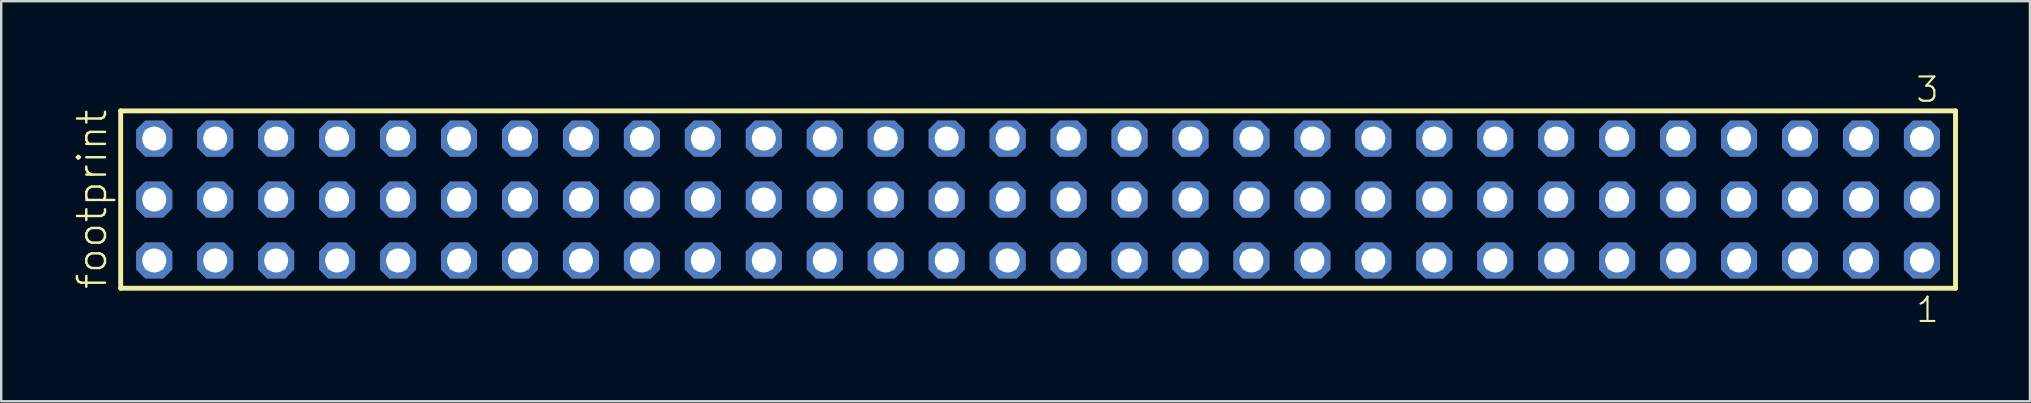
<source format=kicad_pcb>
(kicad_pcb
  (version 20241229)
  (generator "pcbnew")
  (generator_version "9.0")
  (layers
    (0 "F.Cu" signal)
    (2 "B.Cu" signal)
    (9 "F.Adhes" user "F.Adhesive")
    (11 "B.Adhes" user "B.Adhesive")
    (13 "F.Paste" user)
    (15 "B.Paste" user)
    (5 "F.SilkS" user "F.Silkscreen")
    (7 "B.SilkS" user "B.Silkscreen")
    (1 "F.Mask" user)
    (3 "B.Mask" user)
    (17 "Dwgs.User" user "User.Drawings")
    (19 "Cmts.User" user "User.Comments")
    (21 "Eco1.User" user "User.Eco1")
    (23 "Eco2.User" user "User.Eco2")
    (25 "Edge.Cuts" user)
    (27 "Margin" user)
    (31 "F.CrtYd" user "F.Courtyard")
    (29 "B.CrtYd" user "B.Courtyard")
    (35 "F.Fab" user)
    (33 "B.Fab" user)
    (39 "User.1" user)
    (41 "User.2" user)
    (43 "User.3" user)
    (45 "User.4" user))
  (footprint "footprint"
    (layer "F.Cu")
    (at 40.208 5.265)
    (property "Reference" "footprint" (at -38.735 3.81 90) (layer "F.SilkS") (effects (font (size 1.168 1.168) (thickness 0.102)) (justify left bottom)))
    (fp_line (start -38.229 -3.695) (end 38.229 -3.695) (stroke (width 0.203) (type solid)) (layer "F.SilkS"))
    (fp_line (start -38.229 3.695) (end -38.229 -3.695) (stroke (width 0.203) (type solid)) (layer "F.SilkS"))
    (fp_line (start 38.229 -3.695) (end 38.229 3.695) (stroke (width 0.203) (type solid)) (layer "F.SilkS"))
    (fp_line (start 38.229 3.695) (end -38.229 3.695) (stroke (width 0.203) (type solid)) (layer "F.SilkS"))
    (fp_poly (pts (xy -37.18 -2.19) (xy -36.48 -2.19) (xy -36.48 -2.89) (xy -37.18 -2.89)) (stroke (width 0.1) (type solid)) (fill no) (layer "F.Fab"))
    (fp_poly (pts (xy -37.18 0.35) (xy -36.48 0.35) (xy -36.48 -0.35) (xy -37.18 -0.35)) (stroke (width 0.1) (type solid)) (fill no) (layer "F.Fab"))
    (fp_poly (pts (xy -37.18 2.89) (xy -36.48 2.89) (xy -36.48 2.19) (xy -37.18 2.19)) (stroke (width 0.1) (type solid)) (fill no) (layer "F.Fab"))
    (fp_poly (pts (xy -34.64 -2.19) (xy -33.94 -2.19) (xy -33.94 -2.89) (xy -34.64 -2.89)) (stroke (width 0.1) (type solid)) (fill no) (layer "F.Fab"))
    (fp_poly (pts (xy -34.64 0.35) (xy -33.94 0.35) (xy -33.94 -0.35) (xy -34.64 -0.35)) (stroke (width 0.1) (type solid)) (fill no) (layer "F.Fab"))
    (fp_poly (pts (xy -34.64 2.89) (xy -33.94 2.89) (xy -33.94 2.19) (xy -34.64 2.19)) (stroke (width 0.1) (type solid)) (fill no) (layer "F.Fab"))
    (fp_poly (pts (xy -32.1 -2.19) (xy -31.4 -2.19) (xy -31.4 -2.89) (xy -32.1 -2.89)) (stroke (width 0.1) (type solid)) (fill no) (layer "F.Fab"))
    (fp_poly (pts (xy -32.1 0.35) (xy -31.4 0.35) (xy -31.4 -0.35) (xy -32.1 -0.35)) (stroke (width 0.1) (type solid)) (fill no) (layer "F.Fab"))
    (fp_poly (pts (xy -32.1 2.89) (xy -31.4 2.89) (xy -31.4 2.19) (xy -32.1 2.19)) (stroke (width 0.1) (type solid)) (fill no) (layer "F.Fab"))
    (fp_poly (pts (xy -29.56 -2.19) (xy -28.86 -2.19) (xy -28.86 -2.89) (xy -29.56 -2.89)) (stroke (width 0.1) (type solid)) (fill no) (layer "F.Fab"))
    (fp_poly (pts (xy -29.56 0.35) (xy -28.86 0.35) (xy -28.86 -0.35) (xy -29.56 -0.35)) (stroke (width 0.1) (type solid)) (fill no) (layer "F.Fab"))
    (fp_poly (pts (xy -29.56 2.89) (xy -28.86 2.89) (xy -28.86 2.19) (xy -29.56 2.19)) (stroke (width 0.1) (type solid)) (fill no) (layer "F.Fab"))
    (fp_poly (pts (xy -27.02 -2.19) (xy -26.32 -2.19) (xy -26.32 -2.89) (xy -27.02 -2.89)) (stroke (width 0.1) (type solid)) (fill no) (layer "F.Fab"))
    (fp_poly (pts (xy -27.02 0.35) (xy -26.32 0.35) (xy -26.32 -0.35) (xy -27.02 -0.35)) (stroke (width 0.1) (type solid)) (fill no) (layer "F.Fab"))
    (fp_poly (pts (xy -27.02 2.89) (xy -26.32 2.89) (xy -26.32 2.19) (xy -27.02 2.19)) (stroke (width 0.1) (type solid)) (fill no) (layer "F.Fab"))
    (fp_poly (pts (xy -24.48 -2.19) (xy -23.78 -2.19) (xy -23.78 -2.89) (xy -24.48 -2.89)) (stroke (width 0.1) (type solid)) (fill no) (layer "F.Fab"))
    (fp_poly (pts (xy -24.48 0.35) (xy -23.78 0.35) (xy -23.78 -0.35) (xy -24.48 -0.35)) (stroke (width 0.1) (type solid)) (fill no) (layer "F.Fab"))
    (fp_poly (pts (xy -24.48 2.89) (xy -23.78 2.89) (xy -23.78 2.19) (xy -24.48 2.19)) (stroke (width 0.1) (type solid)) (fill no) (layer "F.Fab"))
    (fp_poly (pts (xy -21.94 -2.19) (xy -21.24 -2.19) (xy -21.24 -2.89) (xy -21.94 -2.89)) (stroke (width 0.1) (type solid)) (fill no) (layer "F.Fab"))
    (fp_poly (pts (xy -21.94 0.35) (xy -21.24 0.35) (xy -21.24 -0.35) (xy -21.94 -0.35)) (stroke (width 0.1) (type solid)) (fill no) (layer "F.Fab"))
    (fp_poly (pts (xy -21.94 2.89) (xy -21.24 2.89) (xy -21.24 2.19) (xy -21.94 2.19)) (stroke (width 0.1) (type solid)) (fill no) (layer "F.Fab"))
    (fp_poly (pts (xy -19.4 -2.19) (xy -18.7 -2.19) (xy -18.7 -2.89) (xy -19.4 -2.89)) (stroke (width 0.1) (type solid)) (fill no) (layer "F.Fab"))
    (fp_poly (pts (xy -19.4 0.35) (xy -18.7 0.35) (xy -18.7 -0.35) (xy -19.4 -0.35)) (stroke (width 0.1) (type solid)) (fill no) (layer "F.Fab"))
    (fp_poly (pts (xy -19.4 2.89) (xy -18.7 2.89) (xy -18.7 2.19) (xy -19.4 2.19)) (stroke (width 0.1) (type solid)) (fill no) (layer "F.Fab"))
    (fp_poly (pts (xy -16.86 -2.19) (xy -16.16 -2.19) (xy -16.16 -2.89) (xy -16.86 -2.89)) (stroke (width 0.1) (type solid)) (fill no) (layer "F.Fab"))
    (fp_poly (pts (xy -16.86 0.35) (xy -16.16 0.35) (xy -16.16 -0.35) (xy -16.86 -0.35)) (stroke (width 0.1) (type solid)) (fill no) (layer "F.Fab"))
    (fp_poly (pts (xy -16.86 2.89) (xy -16.16 2.89) (xy -16.16 2.19) (xy -16.86 2.19)) (stroke (width 0.1) (type solid)) (fill no) (layer "F.Fab"))
    (fp_poly (pts (xy -14.32 -2.19) (xy -13.62 -2.19) (xy -13.62 -2.89) (xy -14.32 -2.89)) (stroke (width 0.1) (type solid)) (fill no) (layer "F.Fab"))
    (fp_poly (pts (xy -14.32 0.35) (xy -13.62 0.35) (xy -13.62 -0.35) (xy -14.32 -0.35)) (stroke (width 0.1) (type solid)) (fill no) (layer "F.Fab"))
    (fp_poly (pts (xy -14.32 2.89) (xy -13.62 2.89) (xy -13.62 2.19) (xy -14.32 2.19)) (stroke (width 0.1) (type solid)) (fill no) (layer "F.Fab"))
    (fp_poly (pts (xy -11.78 -2.19) (xy -11.08 -2.19) (xy -11.08 -2.89) (xy -11.78 -2.89)) (stroke (width 0.1) (type solid)) (fill no) (layer "F.Fab"))
    (fp_poly (pts (xy -11.78 0.35) (xy -11.08 0.35) (xy -11.08 -0.35) (xy -11.78 -0.35)) (stroke (width 0.1) (type solid)) (fill no) (layer "F.Fab"))
    (fp_poly (pts (xy -11.78 2.89) (xy -11.08 2.89) (xy -11.08 2.19) (xy -11.78 2.19)) (stroke (width 0.1) (type solid)) (fill no) (layer "F.Fab"))
    (fp_poly (pts (xy -9.24 -2.19) (xy -8.54 -2.19) (xy -8.54 -2.89) (xy -9.24 -2.89)) (stroke (width 0.1) (type solid)) (fill no) (layer "F.Fab"))
    (fp_poly (pts (xy -9.24 0.35) (xy -8.54 0.35) (xy -8.54 -0.35) (xy -9.24 -0.35)) (stroke (width 0.1) (type solid)) (fill no) (layer "F.Fab"))
    (fp_poly (pts (xy -9.24 2.89) (xy -8.54 2.89) (xy -8.54 2.19) (xy -9.24 2.19)) (stroke (width 0.1) (type solid)) (fill no) (layer "F.Fab"))
    (fp_poly (pts (xy -6.7 -2.19) (xy -6 -2.19) (xy -6 -2.89) (xy -6.7 -2.89)) (stroke (width 0.1) (type solid)) (fill no) (layer "F.Fab"))
    (fp_poly (pts (xy -6.7 0.35) (xy -6 0.35) (xy -6 -0.35) (xy -6.7 -0.35)) (stroke (width 0.1) (type solid)) (fill no) (layer "F.Fab"))
    (fp_poly (pts (xy -6.7 2.89) (xy -6 2.89) (xy -6 2.19) (xy -6.7 2.19)) (stroke (width 0.1) (type solid)) (fill no) (layer "F.Fab"))
    (fp_poly (pts (xy -4.16 -2.19) (xy -3.46 -2.19) (xy -3.46 -2.89) (xy -4.16 -2.89)) (stroke (width 0.1) (type solid)) (fill no) (layer "F.Fab"))
    (fp_poly (pts (xy -4.16 0.35) (xy -3.46 0.35) (xy -3.46 -0.35) (xy -4.16 -0.35)) (stroke (width 0.1) (type solid)) (fill no) (layer "F.Fab"))
    (fp_poly (pts (xy -4.16 2.89) (xy -3.46 2.89) (xy -3.46 2.19) (xy -4.16 2.19)) (stroke (width 0.1) (type solid)) (fill no) (layer "F.Fab"))
    (fp_poly (pts (xy -1.62 -2.19) (xy -0.92 -2.19) (xy -0.92 -2.89) (xy -1.62 -2.89)) (stroke (width 0.1) (type solid)) (fill no) (layer "F.Fab"))
    (fp_poly (pts (xy -1.62 0.35) (xy -0.92 0.35) (xy -0.92 -0.35) (xy -1.62 -0.35)) (stroke (width 0.1) (type solid)) (fill no) (layer "F.Fab"))
    (fp_poly (pts (xy -1.62 2.89) (xy -0.92 2.89) (xy -0.92 2.19) (xy -1.62 2.19)) (stroke (width 0.1) (type solid)) (fill no) (layer "F.Fab"))
    (fp_poly (pts (xy 0.92 -2.19) (xy 1.62 -2.19) (xy 1.62 -2.89) (xy 0.92 -2.89)) (stroke (width 0.1) (type solid)) (fill no) (layer "F.Fab"))
    (fp_poly (pts (xy 0.92 0.35) (xy 1.62 0.35) (xy 1.62 -0.35) (xy 0.92 -0.35)) (stroke (width 0.1) (type solid)) (fill no) (layer "F.Fab"))
    (fp_poly (pts (xy 0.92 2.89) (xy 1.62 2.89) (xy 1.62 2.19) (xy 0.92 2.19)) (stroke (width 0.1) (type solid)) (fill no) (layer "F.Fab"))
    (fp_poly (pts (xy 3.46 -2.19) (xy 4.16 -2.19) (xy 4.16 -2.89) (xy 3.46 -2.89)) (stroke (width 0.1) (type solid)) (fill no) (layer "F.Fab"))
    (fp_poly (pts (xy 3.46 0.35) (xy 4.16 0.35) (xy 4.16 -0.35) (xy 3.46 -0.35)) (stroke (width 0.1) (type solid)) (fill no) (layer "F.Fab"))
    (fp_poly (pts (xy 3.46 2.89) (xy 4.16 2.89) (xy 4.16 2.19) (xy 3.46 2.19)) (stroke (width 0.1) (type solid)) (fill no) (layer "F.Fab"))
    (fp_poly (pts (xy 6 -2.19) (xy 6.7 -2.19) (xy 6.7 -2.89) (xy 6 -2.89)) (stroke (width 0.1) (type solid)) (fill no) (layer "F.Fab"))
    (fp_poly (pts (xy 6 0.35) (xy 6.7 0.35) (xy 6.7 -0.35) (xy 6 -0.35)) (stroke (width 0.1) (type solid)) (fill no) (layer "F.Fab"))
    (fp_poly (pts (xy 6 2.89) (xy 6.7 2.89) (xy 6.7 2.19) (xy 6 2.19)) (stroke (width 0.1) (type solid)) (fill no) (layer "F.Fab"))
    (fp_poly (pts (xy 8.54 -2.19) (xy 9.24 -2.19) (xy 9.24 -2.89) (xy 8.54 -2.89)) (stroke (width 0.1) (type solid)) (fill no) (layer "F.Fab"))
    (fp_poly (pts (xy 8.54 0.35) (xy 9.24 0.35) (xy 9.24 -0.35) (xy 8.54 -0.35)) (stroke (width 0.1) (type solid)) (fill no) (layer "F.Fab"))
    (fp_poly (pts (xy 8.54 2.89) (xy 9.24 2.89) (xy 9.24 2.19) (xy 8.54 2.19)) (stroke (width 0.1) (type solid)) (fill no) (layer "F.Fab"))
    (fp_poly (pts (xy 11.08 -2.19) (xy 11.78 -2.19) (xy 11.78 -2.89) (xy 11.08 -2.89)) (stroke (width 0.1) (type solid)) (fill no) (layer "F.Fab"))
    (fp_poly (pts (xy 11.08 0.35) (xy 11.78 0.35) (xy 11.78 -0.35) (xy 11.08 -0.35)) (stroke (width 0.1) (type solid)) (fill no) (layer "F.Fab"))
    (fp_poly (pts (xy 11.08 2.89) (xy 11.78 2.89) (xy 11.78 2.19) (xy 11.08 2.19)) (stroke (width 0.1) (type solid)) (fill no) (layer "F.Fab"))
    (fp_poly (pts (xy 13.62 -2.19) (xy 14.32 -2.19) (xy 14.32 -2.89) (xy 13.62 -2.89)) (stroke (width 0.1) (type solid)) (fill no) (layer "F.Fab"))
    (fp_poly (pts (xy 13.62 0.35) (xy 14.32 0.35) (xy 14.32 -0.35) (xy 13.62 -0.35)) (stroke (width 0.1) (type solid)) (fill no) (layer "F.Fab"))
    (fp_poly (pts (xy 13.62 2.89) (xy 14.32 2.89) (xy 14.32 2.19) (xy 13.62 2.19)) (stroke (width 0.1) (type solid)) (fill no) (layer "F.Fab"))
    (fp_poly (pts (xy 16.16 -2.19) (xy 16.86 -2.19) (xy 16.86 -2.89) (xy 16.16 -2.89)) (stroke (width 0.1) (type solid)) (fill no) (layer "F.Fab"))
    (fp_poly (pts (xy 16.16 0.35) (xy 16.86 0.35) (xy 16.86 -0.35) (xy 16.16 -0.35)) (stroke (width 0.1) (type solid)) (fill no) (layer "F.Fab"))
    (fp_poly (pts (xy 16.16 2.89) (xy 16.86 2.89) (xy 16.86 2.19) (xy 16.16 2.19)) (stroke (width 0.1) (type solid)) (fill no) (layer "F.Fab"))
    (fp_poly (pts (xy 18.7 -2.19) (xy 19.4 -2.19) (xy 19.4 -2.89) (xy 18.7 -2.89)) (stroke (width 0.1) (type solid)) (fill no) (layer "F.Fab"))
    (fp_poly (pts (xy 18.7 0.35) (xy 19.4 0.35) (xy 19.4 -0.35) (xy 18.7 -0.35)) (stroke (width 0.1) (type solid)) (fill no) (layer "F.Fab"))
    (fp_poly (pts (xy 18.7 2.89) (xy 19.4 2.89) (xy 19.4 2.19) (xy 18.7 2.19)) (stroke (width 0.1) (type solid)) (fill no) (layer "F.Fab"))
    (fp_poly (pts (xy 21.24 -2.19) (xy 21.94 -2.19) (xy 21.94 -2.89) (xy 21.24 -2.89)) (stroke (width 0.1) (type solid)) (fill no) (layer "F.Fab"))
    (fp_poly (pts (xy 21.24 0.35) (xy 21.94 0.35) (xy 21.94 -0.35) (xy 21.24 -0.35)) (stroke (width 0.1) (type solid)) (fill no) (layer "F.Fab"))
    (fp_poly (pts (xy 21.24 2.89) (xy 21.94 2.89) (xy 21.94 2.19) (xy 21.24 2.19)) (stroke (width 0.1) (type solid)) (fill no) (layer "F.Fab"))
    (fp_poly (pts (xy 23.78 -2.19) (xy 24.48 -2.19) (xy 24.48 -2.89) (xy 23.78 -2.89)) (stroke (width 0.1) (type solid)) (fill no) (layer "F.Fab"))
    (fp_poly (pts (xy 23.78 0.35) (xy 24.48 0.35) (xy 24.48 -0.35) (xy 23.78 -0.35)) (stroke (width 0.1) (type solid)) (fill no) (layer "F.Fab"))
    (fp_poly (pts (xy 23.78 2.89) (xy 24.48 2.89) (xy 24.48 2.19) (xy 23.78 2.19)) (stroke (width 0.1) (type solid)) (fill no) (layer "F.Fab"))
    (fp_poly (pts (xy 26.32 -2.19) (xy 27.02 -2.19) (xy 27.02 -2.89) (xy 26.32 -2.89)) (stroke (width 0.1) (type solid)) (fill no) (layer "F.Fab"))
    (fp_poly (pts (xy 26.32 0.35) (xy 27.02 0.35) (xy 27.02 -0.35) (xy 26.32 -0.35)) (stroke (width 0.1) (type solid)) (fill no) (layer "F.Fab"))
    (fp_poly (pts (xy 26.32 2.89) (xy 27.02 2.89) (xy 27.02 2.19) (xy 26.32 2.19)) (stroke (width 0.1) (type solid)) (fill no) (layer "F.Fab"))
    (fp_poly (pts (xy 28.86 -2.19) (xy 29.56 -2.19) (xy 29.56 -2.89) (xy 28.86 -2.89)) (stroke (width 0.1) (type solid)) (fill no) (layer "F.Fab"))
    (fp_poly (pts (xy 28.86 0.35) (xy 29.56 0.35) (xy 29.56 -0.35) (xy 28.86 -0.35)) (stroke (width 0.1) (type solid)) (fill no) (layer "F.Fab"))
    (fp_poly (pts (xy 28.86 2.89) (xy 29.56 2.89) (xy 29.56 2.19) (xy 28.86 2.19)) (stroke (width 0.1) (type solid)) (fill no) (layer "F.Fab"))
    (fp_poly (pts (xy 31.4 -2.19) (xy 32.1 -2.19) (xy 32.1 -2.89) (xy 31.4 -2.89)) (stroke (width 0.1) (type solid)) (fill no) (layer "F.Fab"))
    (fp_poly (pts (xy 31.4 0.35) (xy 32.1 0.35) (xy 32.1 -0.35) (xy 31.4 -0.35)) (stroke (width 0.1) (type solid)) (fill no) (layer "F.Fab"))
    (fp_poly (pts (xy 31.4 2.89) (xy 32.1 2.89) (xy 32.1 2.19) (xy 31.4 2.19)) (stroke (width 0.1) (type solid)) (fill no) (layer "F.Fab"))
    (fp_poly (pts (xy 33.94 -2.19) (xy 34.64 -2.19) (xy 34.64 -2.89) (xy 33.94 -2.89)) (stroke (width 0.1) (type solid)) (fill no) (layer "F.Fab"))
    (fp_poly (pts (xy 33.94 0.35) (xy 34.64 0.35) (xy 34.64 -0.35) (xy 33.94 -0.35)) (stroke (width 0.1) (type solid)) (fill no) (layer "F.Fab"))
    (fp_poly (pts (xy 33.94 2.89) (xy 34.64 2.89) (xy 34.64 2.19) (xy 33.94 2.19)) (stroke (width 0.1) (type solid)) (fill no) (layer "F.Fab"))
    (fp_poly (pts (xy 36.48 -2.19) (xy 37.18 -2.19) (xy 37.18 -2.89) (xy 36.48 -2.89)) (stroke (width 0.1) (type solid)) (fill no) (layer "F.Fab"))
    (fp_poly (pts (xy 36.48 0.35) (xy 37.18 0.35) (xy 37.18 -0.35) (xy 36.48 -0.35)) (stroke (width 0.1) (type solid)) (fill no) (layer "F.Fab"))
    (fp_poly (pts (xy 36.48 2.89) (xy 37.18 2.89) (xy 37.18 2.19) (xy 36.48 2.19)) (stroke (width 0.1) (type solid)) (fill no) (layer "F.Fab"))
    (fp_text user "3" (at 36.518 -3.989 0) (layer "F.SilkS") (effects (font (size 1.012 1.012) (thickness 0.088)) (justify left bottom)))
    (fp_text user "1" (at 36.522 5.188 0) (layer "F.SilkS") (effects (font (size 1.012 1.012) (thickness 0.088)) (justify left bottom)))
    (pad "1" thru_hole roundrect (at 36.83 2.54 180) (size 1.5 1.5) (drill 1) (layers "*.Cu" "*.Mask") (roundrect_rratio 0.25) (chamfer_ratio 0.25) (chamfer top_left top_right bottom_left bottom_right))
    (pad "2" thru_hole roundrect (at 36.83 0 180) (size 1.5 1.5) (drill 1) (layers "*.Cu" "*.Mask") (roundrect_rratio 0.25) (chamfer_ratio 0.25) (chamfer top_left top_right bottom_left bottom_right))
    (pad "3" thru_hole roundrect (at 36.83 -2.54 180) (size 1.5 1.5) (drill 1) (layers "*.Cu" "*.Mask") (roundrect_rratio 0.25) (chamfer_ratio 0.25) (chamfer top_left top_right bottom_left bottom_right))
    (pad "4" thru_hole roundrect (at 34.29 2.54 180) (size 1.5 1.5) (drill 1) (layers "*.Cu" "*.Mask") (roundrect_rratio 0.25) (chamfer_ratio 0.25) (chamfer top_left top_right bottom_left bottom_right))
    (pad "5" thru_hole roundrect (at 34.29 0 180) (size 1.5 1.5) (drill 1) (layers "*.Cu" "*.Mask") (roundrect_rratio 0.25) (chamfer_ratio 0.25) (chamfer top_left top_right bottom_left bottom_right))
    (pad "6" thru_hole roundrect (at 34.29 -2.54 180) (size 1.5 1.5) (drill 1) (layers "*.Cu" "*.Mask") (roundrect_rratio 0.25) (chamfer_ratio 0.25) (chamfer top_left top_right bottom_left bottom_right))
    (pad "7" thru_hole roundrect (at 31.75 2.54 180) (size 1.5 1.5) (drill 1) (layers "*.Cu" "*.Mask") (roundrect_rratio 0.25) (chamfer_ratio 0.25) (chamfer top_left top_right bottom_left bottom_right))
    (pad "8" thru_hole roundrect (at 31.75 0 180) (size 1.5 1.5) (drill 1) (layers "*.Cu" "*.Mask") (roundrect_rratio 0.25) (chamfer_ratio 0.25) (chamfer top_left top_right bottom_left bottom_right))
    (pad "9" thru_hole roundrect (at 31.75 -2.54 180) (size 1.5 1.5) (drill 1) (layers "*.Cu" "*.Mask") (roundrect_rratio 0.25) (chamfer_ratio 0.25) (chamfer top_left top_right bottom_left bottom_right))
    (pad "10" thru_hole roundrect (at 29.21 2.54 180) (size 1.5 1.5) (drill 1) (layers "*.Cu" "*.Mask") (roundrect_rratio 0.25) (chamfer_ratio 0.25) (chamfer top_left top_right bottom_left bottom_right))
    (pad "11" thru_hole roundrect (at 29.21 0 180) (size 1.5 1.5) (drill 1) (layers "*.Cu" "*.Mask") (roundrect_rratio 0.25) (chamfer_ratio 0.25) (chamfer top_left top_right bottom_left bottom_right))
    (pad "12" thru_hole roundrect (at 29.21 -2.54 180) (size 1.5 1.5) (drill 1) (layers "*.Cu" "*.Mask") (roundrect_rratio 0.25) (chamfer_ratio 0.25) (chamfer top_left top_right bottom_left bottom_right))
    (pad "13" thru_hole roundrect (at 26.67 2.54 180) (size 1.5 1.5) (drill 1) (layers "*.Cu" "*.Mask") (roundrect_rratio 0.25) (chamfer_ratio 0.25) (chamfer top_left top_right bottom_left bottom_right))
    (pad "14" thru_hole roundrect (at 26.67 0 180) (size 1.5 1.5) (drill 1) (layers "*.Cu" "*.Mask") (roundrect_rratio 0.25) (chamfer_ratio 0.25) (chamfer top_left top_right bottom_left bottom_right))
    (pad "15" thru_hole roundrect (at 26.67 -2.54 180) (size 1.5 1.5) (drill 1) (layers "*.Cu" "*.Mask") (roundrect_rratio 0.25) (chamfer_ratio 0.25) (chamfer top_left top_right bottom_left bottom_right))
    (pad "16" thru_hole roundrect (at 24.13 2.54 180) (size 1.5 1.5) (drill 1) (layers "*.Cu" "*.Mask") (roundrect_rratio 0.25) (chamfer_ratio 0.25) (chamfer top_left top_right bottom_left bottom_right))
    (pad "17" thru_hole roundrect (at 24.13 0 180) (size 1.5 1.5) (drill 1) (layers "*.Cu" "*.Mask") (roundrect_rratio 0.25) (chamfer_ratio 0.25) (chamfer top_left top_right bottom_left bottom_right))
    (pad "18" thru_hole roundrect (at 24.13 -2.54 180) (size 1.5 1.5) (drill 1) (layers "*.Cu" "*.Mask") (roundrect_rratio 0.25) (chamfer_ratio 0.25) (chamfer top_left top_right bottom_left bottom_right))
    (pad "19" thru_hole roundrect (at 21.59 2.54 180) (size 1.5 1.5) (drill 1) (layers "*.Cu" "*.Mask") (roundrect_rratio 0.25) (chamfer_ratio 0.25) (chamfer top_left top_right bottom_left bottom_right))
    (pad "20" thru_hole roundrect (at 21.59 0 180) (size 1.5 1.5) (drill 1) (layers "*.Cu" "*.Mask") (roundrect_rratio 0.25) (chamfer_ratio 0.25) (chamfer top_left top_right bottom_left bottom_right))
    (pad "21" thru_hole roundrect (at 21.59 -2.54 180) (size 1.5 1.5) (drill 1) (layers "*.Cu" "*.Mask") (roundrect_rratio 0.25) (chamfer_ratio 0.25) (chamfer top_left top_right bottom_left bottom_right))
    (pad "22" thru_hole roundrect (at 19.05 2.54 180) (size 1.5 1.5) (drill 1) (layers "*.Cu" "*.Mask") (roundrect_rratio 0.25) (chamfer_ratio 0.25) (chamfer top_left top_right bottom_left bottom_right))
    (pad "23" thru_hole roundrect (at 19.05 0 180) (size 1.5 1.5) (drill 1) (layers "*.Cu" "*.Mask") (roundrect_rratio 0.25) (chamfer_ratio 0.25) (chamfer top_left top_right bottom_left bottom_right))
    (pad "24" thru_hole roundrect (at 19.05 -2.54 180) (size 1.5 1.5) (drill 1) (layers "*.Cu" "*.Mask") (roundrect_rratio 0.25) (chamfer_ratio 0.25) (chamfer top_left top_right bottom_left bottom_right))
    (pad "25" thru_hole roundrect (at 16.51 2.54 180) (size 1.5 1.5) (drill 1) (layers "*.Cu" "*.Mask") (roundrect_rratio 0.25) (chamfer_ratio 0.25) (chamfer top_left top_right bottom_left bottom_right))
    (pad "26" thru_hole roundrect (at 16.51 0 180) (size 1.5 1.5) (drill 1) (layers "*.Cu" "*.Mask") (roundrect_rratio 0.25) (chamfer_ratio 0.25) (chamfer top_left top_right bottom_left bottom_right))
    (pad "27" thru_hole roundrect (at 16.51 -2.54 180) (size 1.5 1.5) (drill 1) (layers "*.Cu" "*.Mask") (roundrect_rratio 0.25) (chamfer_ratio 0.25) (chamfer top_left top_right bottom_left bottom_right))
    (pad "28" thru_hole roundrect (at 13.97 2.54 180) (size 1.5 1.5) (drill 1) (layers "*.Cu" "*.Mask") (roundrect_rratio 0.25) (chamfer_ratio 0.25) (chamfer top_left top_right bottom_left bottom_right))
    (pad "29" thru_hole roundrect (at 13.97 0 180) (size 1.5 1.5) (drill 1) (layers "*.Cu" "*.Mask") (roundrect_rratio 0.25) (chamfer_ratio 0.25) (chamfer top_left top_right bottom_left bottom_right))
    (pad "30" thru_hole roundrect (at 13.97 -2.54 180) (size 1.5 1.5) (drill 1) (layers "*.Cu" "*.Mask") (roundrect_rratio 0.25) (chamfer_ratio 0.25) (chamfer top_left top_right bottom_left bottom_right))
    (pad "31" thru_hole roundrect (at 11.43 2.54 180) (size 1.5 1.5) (drill 1) (layers "*.Cu" "*.Mask") (roundrect_rratio 0.25) (chamfer_ratio 0.25) (chamfer top_left top_right bottom_left bottom_right))
    (pad "32" thru_hole roundrect (at 11.43 0 180) (size 1.5 1.5) (drill 1) (layers "*.Cu" "*.Mask") (roundrect_rratio 0.25) (chamfer_ratio 0.25) (chamfer top_left top_right bottom_left bottom_right))
    (pad "33" thru_hole roundrect (at 11.43 -2.54 180) (size 1.5 1.5) (drill 1) (layers "*.Cu" "*.Mask") (roundrect_rratio 0.25) (chamfer_ratio 0.25) (chamfer top_left top_right bottom_left bottom_right))
    (pad "34" thru_hole roundrect (at 8.89 2.54 180) (size 1.5 1.5) (drill 1) (layers "*.Cu" "*.Mask") (roundrect_rratio 0.25) (chamfer_ratio 0.25) (chamfer top_left top_right bottom_left bottom_right))
    (pad "35" thru_hole roundrect (at 8.89 0 180) (size 1.5 1.5) (drill 1) (layers "*.Cu" "*.Mask") (roundrect_rratio 0.25) (chamfer_ratio 0.25) (chamfer top_left top_right bottom_left bottom_right))
    (pad "36" thru_hole roundrect (at 8.89 -2.54 180) (size 1.5 1.5) (drill 1) (layers "*.Cu" "*.Mask") (roundrect_rratio 0.25) (chamfer_ratio 0.25) (chamfer top_left top_right bottom_left bottom_right))
    (pad "37" thru_hole roundrect (at 6.35 2.54 180) (size 1.5 1.5) (drill 1) (layers "*.Cu" "*.Mask") (roundrect_rratio 0.25) (chamfer_ratio 0.25) (chamfer top_left top_right bottom_left bottom_right))
    (pad "38" thru_hole roundrect (at 6.35 0 180) (size 1.5 1.5) (drill 1) (layers "*.Cu" "*.Mask") (roundrect_rratio 0.25) (chamfer_ratio 0.25) (chamfer top_left top_right bottom_left bottom_right))
    (pad "39" thru_hole roundrect (at 6.35 -2.54 180) (size 1.5 1.5) (drill 1) (layers "*.Cu" "*.Mask") (roundrect_rratio 0.25) (chamfer_ratio 0.25) (chamfer top_left top_right bottom_left bottom_right))
    (pad "40" thru_hole roundrect (at 3.81 2.54 180) (size 1.5 1.5) (drill 1) (layers "*.Cu" "*.Mask") (roundrect_rratio 0.25) (chamfer_ratio 0.25) (chamfer top_left top_right bottom_left bottom_right))
    (pad "41" thru_hole roundrect (at 3.81 0 180) (size 1.5 1.5) (drill 1) (layers "*.Cu" "*.Mask") (roundrect_rratio 0.25) (chamfer_ratio 0.25) (chamfer top_left top_right bottom_left bottom_right))
    (pad "42" thru_hole roundrect (at 3.81 -2.54 180) (size 1.5 1.5) (drill 1) (layers "*.Cu" "*.Mask") (roundrect_rratio 0.25) (chamfer_ratio 0.25) (chamfer top_left top_right bottom_left bottom_right))
    (pad "43" thru_hole roundrect (at 1.27 2.54 180) (size 1.5 1.5) (drill 1) (layers "*.Cu" "*.Mask") (roundrect_rratio 0.25) (chamfer_ratio 0.25) (chamfer top_left top_right bottom_left bottom_right))
    (pad "44" thru_hole roundrect (at 1.27 0 180) (size 1.5 1.5) (drill 1) (layers "*.Cu" "*.Mask") (roundrect_rratio 0.25) (chamfer_ratio 0.25) (chamfer top_left top_right bottom_left bottom_right))
    (pad "45" thru_hole roundrect (at 1.27 -2.54 180) (size 1.5 1.5) (drill 1) (layers "*.Cu" "*.Mask") (roundrect_rratio 0.25) (chamfer_ratio 0.25) (chamfer top_left top_right bottom_left bottom_right))
    (pad "46" thru_hole roundrect (at -1.27 2.54 180) (size 1.5 1.5) (drill 1) (layers "*.Cu" "*.Mask") (roundrect_rratio 0.25) (chamfer_ratio 0.25) (chamfer top_left top_right bottom_left bottom_right))
    (pad "47" thru_hole roundrect (at -1.27 0 180) (size 1.5 1.5) (drill 1) (layers "*.Cu" "*.Mask") (roundrect_rratio 0.25) (chamfer_ratio 0.25) (chamfer top_left top_right bottom_left bottom_right))
    (pad "48" thru_hole roundrect (at -1.27 -2.54 180) (size 1.5 1.5) (drill 1) (layers "*.Cu" "*.Mask") (roundrect_rratio 0.25) (chamfer_ratio 0.25) (chamfer top_left top_right bottom_left bottom_right))
    (pad "49" thru_hole roundrect (at -3.81 2.54 180) (size 1.5 1.5) (drill 1) (layers "*.Cu" "*.Mask") (roundrect_rratio 0.25) (chamfer_ratio 0.25) (chamfer top_left top_right bottom_left bottom_right))
    (pad "50" thru_hole roundrect (at -3.81 0 180) (size 1.5 1.5) (drill 1) (layers "*.Cu" "*.Mask") (roundrect_rratio 0.25) (chamfer_ratio 0.25) (chamfer top_left top_right bottom_left bottom_right))
    (pad "51" thru_hole roundrect (at -3.81 -2.54 180) (size 1.5 1.5) (drill 1) (layers "*.Cu" "*.Mask") (roundrect_rratio 0.25) (chamfer_ratio 0.25) (chamfer top_left top_right bottom_left bottom_right))
    (pad "52" thru_hole roundrect (at -6.35 2.54 180) (size 1.5 1.5) (drill 1) (layers "*.Cu" "*.Mask") (roundrect_rratio 0.25) (chamfer_ratio 0.25) (chamfer top_left top_right bottom_left bottom_right))
    (pad "53" thru_hole roundrect (at -6.35 0 180) (size 1.5 1.5) (drill 1) (layers "*.Cu" "*.Mask") (roundrect_rratio 0.25) (chamfer_ratio 0.25) (chamfer top_left top_right bottom_left bottom_right))
    (pad "54" thru_hole roundrect (at -6.35 -2.54 180) (size 1.5 1.5) (drill 1) (layers "*.Cu" "*.Mask") (roundrect_rratio 0.25) (chamfer_ratio 0.25) (chamfer top_left top_right bottom_left bottom_right))
    (pad "55" thru_hole roundrect (at -8.89 2.54 180) (size 1.5 1.5) (drill 1) (layers "*.Cu" "*.Mask") (roundrect_rratio 0.25) (chamfer_ratio 0.25) (chamfer top_left top_right bottom_left bottom_right))
    (pad "56" thru_hole roundrect (at -8.89 0 180) (size 1.5 1.5) (drill 1) (layers "*.Cu" "*.Mask") (roundrect_rratio 0.25) (chamfer_ratio 0.25) (chamfer top_left top_right bottom_left bottom_right))
    (pad "57" thru_hole roundrect (at -8.89 -2.54 180) (size 1.5 1.5) (drill 1) (layers "*.Cu" "*.Mask") (roundrect_rratio 0.25) (chamfer_ratio 0.25) (chamfer top_left top_right bottom_left bottom_right))
    (pad "58" thru_hole roundrect (at -11.43 2.54 180) (size 1.5 1.5) (drill 1) (layers "*.Cu" "*.Mask") (roundrect_rratio 0.25) (chamfer_ratio 0.25) (chamfer top_left top_right bottom_left bottom_right))
    (pad "59" thru_hole roundrect (at -11.43 0 180) (size 1.5 1.5) (drill 1) (layers "*.Cu" "*.Mask") (roundrect_rratio 0.25) (chamfer_ratio 0.25) (chamfer top_left top_right bottom_left bottom_right))
    (pad "60" thru_hole roundrect (at -11.43 -2.54 180) (size 1.5 1.5) (drill 1) (layers "*.Cu" "*.Mask") (roundrect_rratio 0.25) (chamfer_ratio 0.25) (chamfer top_left top_right bottom_left bottom_right))
    (pad "61" thru_hole roundrect (at -13.97 2.54 180) (size 1.5 1.5) (drill 1) (layers "*.Cu" "*.Mask") (roundrect_rratio 0.25) (chamfer_ratio 0.25) (chamfer top_left top_right bottom_left bottom_right))
    (pad "62" thru_hole roundrect (at -13.97 0 180) (size 1.5 1.5) (drill 1) (layers "*.Cu" "*.Mask") (roundrect_rratio 0.25) (chamfer_ratio 0.25) (chamfer top_left top_right bottom_left bottom_right))
    (pad "63" thru_hole roundrect (at -13.97 -2.54 180) (size 1.5 1.5) (drill 1) (layers "*.Cu" "*.Mask") (roundrect_rratio 0.25) (chamfer_ratio 0.25) (chamfer top_left top_right bottom_left bottom_right))
    (pad "64" thru_hole roundrect (at -16.51 2.54 180) (size 1.5 1.5) (drill 1) (layers "*.Cu" "*.Mask") (roundrect_rratio 0.25) (chamfer_ratio 0.25) (chamfer top_left top_right bottom_left bottom_right))
    (pad "65" thru_hole roundrect (at -16.51 0 180) (size 1.5 1.5) (drill 1) (layers "*.Cu" "*.Mask") (roundrect_rratio 0.25) (chamfer_ratio 0.25) (chamfer top_left top_right bottom_left bottom_right))
    (pad "66" thru_hole roundrect (at -16.51 -2.54 180) (size 1.5 1.5) (drill 1) (layers "*.Cu" "*.Mask") (roundrect_rratio 0.25) (chamfer_ratio 0.25) (chamfer top_left top_right bottom_left bottom_right))
    (pad "67" thru_hole roundrect (at -19.05 2.54 180) (size 1.5 1.5) (drill 1) (layers "*.Cu" "*.Mask") (roundrect_rratio 0.25) (chamfer_ratio 0.25) (chamfer top_left top_right bottom_left bottom_right))
    (pad "68" thru_hole roundrect (at -19.05 0 180) (size 1.5 1.5) (drill 1) (layers "*.Cu" "*.Mask") (roundrect_rratio 0.25) (chamfer_ratio 0.25) (chamfer top_left top_right bottom_left bottom_right))
    (pad "69" thru_hole roundrect (at -19.05 -2.54 180) (size 1.5 1.5) (drill 1) (layers "*.Cu" "*.Mask") (roundrect_rratio 0.25) (chamfer_ratio 0.25) (chamfer top_left top_right bottom_left bottom_right))
    (pad "70" thru_hole roundrect (at -21.59 2.54 180) (size 1.5 1.5) (drill 1) (layers "*.Cu" "*.Mask") (roundrect_rratio 0.25) (chamfer_ratio 0.25) (chamfer top_left top_right bottom_left bottom_right))
    (pad "71" thru_hole roundrect (at -21.59 0 180) (size 1.5 1.5) (drill 1) (layers "*.Cu" "*.Mask") (roundrect_rratio 0.25) (chamfer_ratio 0.25) (chamfer top_left top_right bottom_left bottom_right))
    (pad "72" thru_hole roundrect (at -21.59 -2.54 180) (size 1.5 1.5) (drill 1) (layers "*.Cu" "*.Mask") (roundrect_rratio 0.25) (chamfer_ratio 0.25) (chamfer top_left top_right bottom_left bottom_right))
    (pad "73" thru_hole roundrect (at -24.13 2.54 180) (size 1.5 1.5) (drill 1) (layers "*.Cu" "*.Mask") (roundrect_rratio 0.25) (chamfer_ratio 0.25) (chamfer top_left top_right bottom_left bottom_right))
    (pad "74" thru_hole roundrect (at -24.13 0 180) (size 1.5 1.5) (drill 1) (layers "*.Cu" "*.Mask") (roundrect_rratio 0.25) (chamfer_ratio 0.25) (chamfer top_left top_right bottom_left bottom_right))
    (pad "75" thru_hole roundrect (at -24.13 -2.54 180) (size 1.5 1.5) (drill 1) (layers "*.Cu" "*.Mask") (roundrect_rratio 0.25) (chamfer_ratio 0.25) (chamfer top_left top_right bottom_left bottom_right))
    (pad "76" thru_hole roundrect (at -26.67 2.54 180) (size 1.5 1.5) (drill 1) (layers "*.Cu" "*.Mask") (roundrect_rratio 0.25) (chamfer_ratio 0.25) (chamfer top_left top_right bottom_left bottom_right))
    (pad "77" thru_hole roundrect (at -26.67 0 180) (size 1.5 1.5) (drill 1) (layers "*.Cu" "*.Mask") (roundrect_rratio 0.25) (chamfer_ratio 0.25) (chamfer top_left top_right bottom_left bottom_right))
    (pad "78" thru_hole roundrect (at -26.67 -2.54 180) (size 1.5 1.5) (drill 1) (layers "*.Cu" "*.Mask") (roundrect_rratio 0.25) (chamfer_ratio 0.25) (chamfer top_left top_right bottom_left bottom_right))
    (pad "79" thru_hole roundrect (at -29.21 2.54 180) (size 1.5 1.5) (drill 1) (layers "*.Cu" "*.Mask") (roundrect_rratio 0.25) (chamfer_ratio 0.25) (chamfer top_left top_right bottom_left bottom_right))
    (pad "80" thru_hole roundrect (at -29.21 0 180) (size 1.5 1.5) (drill 1) (layers "*.Cu" "*.Mask") (roundrect_rratio 0.25) (chamfer_ratio 0.25) (chamfer top_left top_right bottom_left bottom_right))
    (pad "81" thru_hole roundrect (at -29.21 -2.54 180) (size 1.5 1.5) (drill 1) (layers "*.Cu" "*.Mask") (roundrect_rratio 0.25) (chamfer_ratio 0.25) (chamfer top_left top_right bottom_left bottom_right))
    (pad "82" thru_hole roundrect (at -31.75 2.54 180) (size 1.5 1.5) (drill 1) (layers "*.Cu" "*.Mask") (roundrect_rratio 0.25) (chamfer_ratio 0.25) (chamfer top_left top_right bottom_left bottom_right))
    (pad "83" thru_hole roundrect (at -31.75 0 180) (size 1.5 1.5) (drill 1) (layers "*.Cu" "*.Mask") (roundrect_rratio 0.25) (chamfer_ratio 0.25) (chamfer top_left top_right bottom_left bottom_right))
    (pad "84" thru_hole roundrect (at -31.75 -2.54 180) (size 1.5 1.5) (drill 1) (layers "*.Cu" "*.Mask") (roundrect_rratio 0.25) (chamfer_ratio 0.25) (chamfer top_left top_right bottom_left bottom_right))
    (pad "85" thru_hole roundrect (at -34.29 2.54 180) (size 1.5 1.5) (drill 1) (layers "*.Cu" "*.Mask") (roundrect_rratio 0.25) (chamfer_ratio 0.25) (chamfer top_left top_right bottom_left bottom_right))
    (pad "86" thru_hole roundrect (at -34.29 0 180) (size 1.5 1.5) (drill 1) (layers "*.Cu" "*.Mask") (roundrect_rratio 0.25) (chamfer_ratio 0.25) (chamfer top_left top_right bottom_left bottom_right))
    (pad "87" thru_hole roundrect (at -34.29 -2.54 180) (size 1.5 1.5) (drill 1) (layers "*.Cu" "*.Mask") (roundrect_rratio 0.25) (chamfer_ratio 0.25) (chamfer top_left top_right bottom_left bottom_right))
    (pad "88" thru_hole roundrect (at -36.83 2.54 180) (size 1.5 1.5) (drill 1) (layers "*.Cu" "*.Mask") (roundrect_rratio 0.25) (chamfer_ratio 0.25) (chamfer top_left top_right bottom_left bottom_right))
    (pad "89" thru_hole roundrect (at -36.83 0 180) (size 1.5 1.5) (drill 1) (layers "*.Cu" "*.Mask") (roundrect_rratio 0.25) (chamfer_ratio 0.25) (chamfer top_left top_right bottom_left bottom_right))
    (pad "90" thru_hole roundrect (at -36.83 -2.54 180) (size 1.5 1.5) (drill 1) (layers "*.Cu" "*.Mask") (roundrect_rratio 0.25) (chamfer_ratio 0.25) (chamfer top_left top_right bottom_left bottom_right)))
  (gr_rect
    (start -3 -3)
    (end 81.539 13.67)
    (stroke (width 0.1) (type default))
    (fill no)
    (layer "Edge.Cuts")))
</source>
